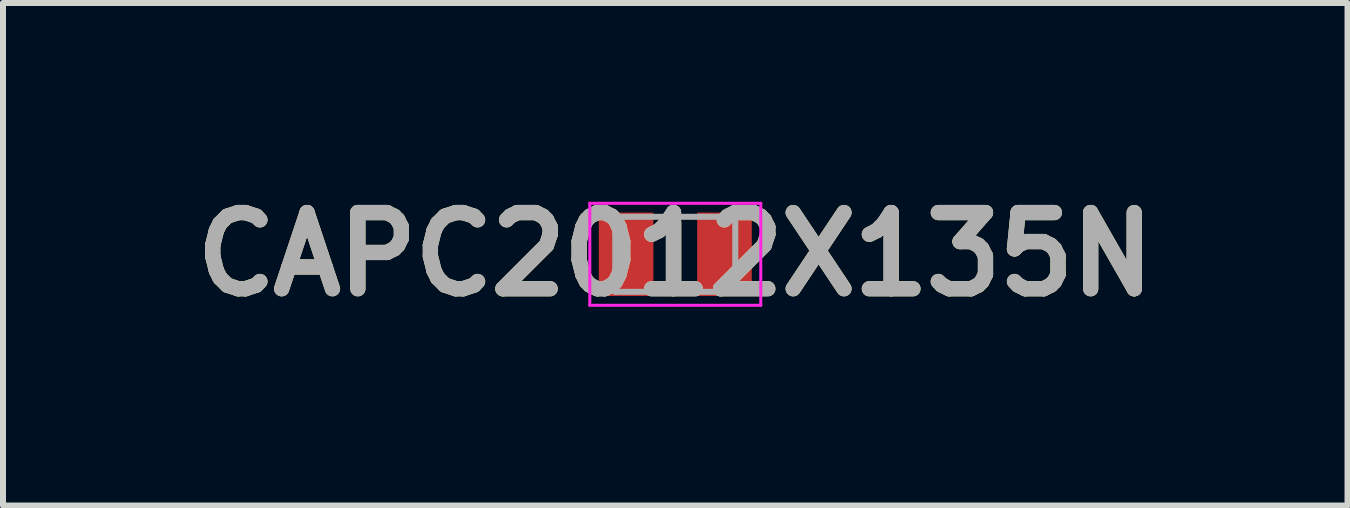
<source format=kicad_pcb>
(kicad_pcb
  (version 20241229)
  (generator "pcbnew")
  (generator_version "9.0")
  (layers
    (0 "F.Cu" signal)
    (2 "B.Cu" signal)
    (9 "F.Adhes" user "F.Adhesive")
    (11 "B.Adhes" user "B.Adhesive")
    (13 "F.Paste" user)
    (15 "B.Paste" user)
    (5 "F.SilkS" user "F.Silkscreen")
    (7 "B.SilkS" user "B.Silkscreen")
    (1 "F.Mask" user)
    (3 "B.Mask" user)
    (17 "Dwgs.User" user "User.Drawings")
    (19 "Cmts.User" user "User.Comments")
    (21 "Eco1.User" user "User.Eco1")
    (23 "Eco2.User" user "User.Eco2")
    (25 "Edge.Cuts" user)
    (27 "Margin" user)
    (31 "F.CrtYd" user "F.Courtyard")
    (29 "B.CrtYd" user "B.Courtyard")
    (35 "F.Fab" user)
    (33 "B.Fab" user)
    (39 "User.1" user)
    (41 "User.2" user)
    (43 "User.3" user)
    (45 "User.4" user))
  (footprint "CAPC2012X135N"
    (layer "F.Cu")
    (at 8.207 1.189)
    (property "Reference" "CAPC2012X135N" (at 0 0 0) (layer "F.SilkS") (effects (font (size 1.27 1.27) (thickness 0.254))))
    (attr smd)
    (fp_line (start 0 -0.525) (end 0 0.525) (stroke (width 0.2) (type solid)) (layer "F.SilkS"))
    (fp_line (start -1.425 -0.85) (end 1.425 -0.85) (stroke (width 0.05) (type solid)) (layer "F.CrtYd"))
    (fp_line (start -1.425 0.85) (end -1.425 -0.85) (stroke (width 0.05) (type solid)) (layer "F.CrtYd"))
    (fp_line (start 1.425 -0.85) (end 1.425 0.85) (stroke (width 0.05) (type solid)) (layer "F.CrtYd"))
    (fp_line (start 1.425 0.85) (end -1.425 0.85) (stroke (width 0.05) (type solid)) (layer "F.CrtYd"))
    (fp_line (start -1 -0.625) (end 1 -0.625) (stroke (width 0.1) (type solid)) (layer "F.Fab"))
    (fp_line (start -1 0.625) (end -1 -0.625) (stroke (width 0.1) (type solid)) (layer "F.Fab"))
    (fp_line (start 1 -0.625) (end 1 0.625) (stroke (width 0.1) (type solid)) (layer "F.Fab"))
    (fp_line (start 1 0.625) (end -1 0.625) (stroke (width 0.1) (type solid)) (layer "F.Fab"))
    (fp_text user "${REFERENCE}" (at 0 0 0) (layer "F.Fab") (effects (font (size 1.27 1.27) (thickness 0.254))))
    (pad "1" smd rect (at -0.82 0) (size 0.91 1.39) (layers "F.Cu" "F.Mask" "F.Paste"))
    (pad "2" smd rect (at 0.82 0) (size 0.91 1.39) (layers "F.Cu" "F.Mask" "F.Paste")))
  (gr_rect
    (start -3 -3)
    (end 19.413 5.377)
    (stroke (width 0.1) (type default))
    (fill no)
    (layer "Edge.Cuts")))
</source>
